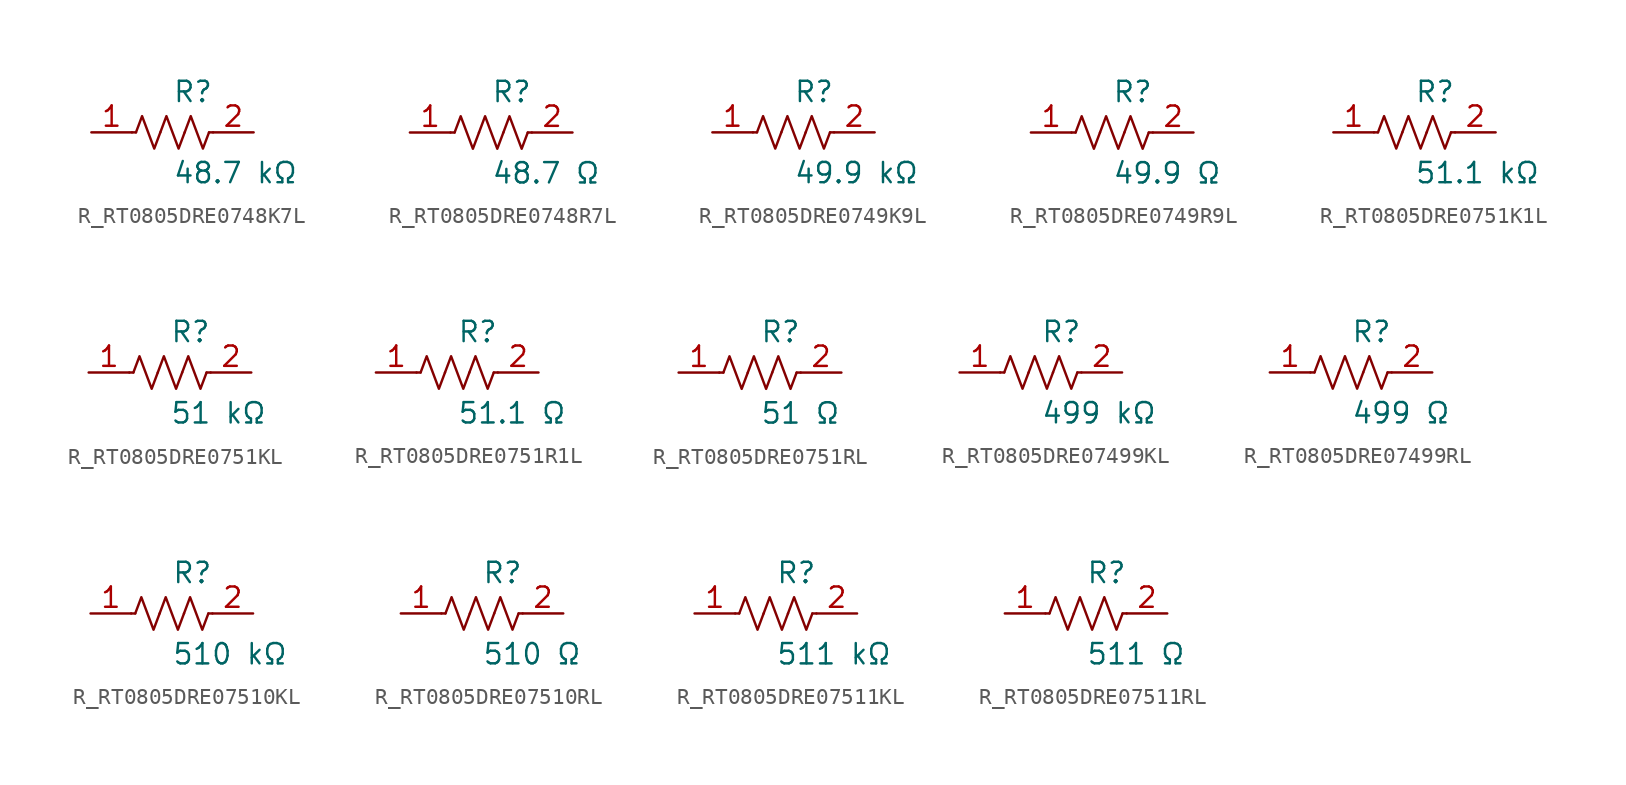
<source format=kicad_sym>
(kicad_symbol_lib
  (version 20231120)
  (generator kicad_symbol_editor)
  (generator_version 8.0)
  (symbol "R_RT0805DRE0748K7L"
    (pin_names
      (offset 0.254))
    (property "Reference" "R"
      (at 0 2.54 0)
      (effects (font (size 1.27 1.27)) (justify left)))
    (property "Value" "48.7 kΩ"
      (at 0 -2.54 0)
      (effects (font (size 1.27 1.27)) (justify left)))
    (symbol "R_RT0805DRE0748K7L_0_1"
      (polyline (pts (xy 2.286 0) (xy 2.54 0)) (stroke (width 0) (type default)) (fill (type none)))
      (polyline (pts (xy -2.286 0) (xy -2.54 0)) (stroke (width 0) (type default)) (fill (type none)))
      (polyline (pts (xy 0.762 0) (xy 1.143 1.016) (xy 1.524 0) (xy 1.905 -1.016) (xy 2.286 0)) (stroke (width 0) (type default)) (fill (type none)))
      (polyline (pts (xy -0.762 0) (xy -0.381 1.016) (xy 0 0) (xy 0.381 -1.016) (xy 0.762 0)) (stroke (width 0) (type default)) (fill (type none)))
      (polyline (pts (xy -2.286 0) (xy -1.905 1.016) (xy -1.524 0) (xy -1.143 -1.016) (xy -0.762 0)) (stroke (width 0) (type default)) (fill (type none))))
    (pin passive line
      (at -5.08 0 0)
      (length 2.54)
      (name "" (effects (font (size 1.27 1.27))))
      (number "1" (effects (font (size 1.27 1.27)))))
    (pin passive line
      (at 5.08 0 180)
      (length 2.54)
      (name "" (effects (font (size 1.27 1.27))))
      (number "2" (effects (font (size 1.27 1.27))))))
  (symbol "R_RT0805DRE0748R7L"
    (pin_names
      (offset 0.254))
    (property "Reference" "R"
      (at 0 2.54 0)
      (effects (font (size 1.27 1.27)) (justify left)))
    (property "Value" "48.7 Ω"
      (at 0 -2.54 0)
      (effects (font (size 1.27 1.27)) (justify left)))
    (symbol "R_RT0805DRE0748R7L_0_1"
      (polyline (pts (xy 2.286 0) (xy 2.54 0)) (stroke (width 0) (type default)) (fill (type none)))
      (polyline (pts (xy -2.286 0) (xy -2.54 0)) (stroke (width 0) (type default)) (fill (type none)))
      (polyline (pts (xy 0.762 0) (xy 1.143 1.016) (xy 1.524 0) (xy 1.905 -1.016) (xy 2.286 0)) (stroke (width 0) (type default)) (fill (type none)))
      (polyline (pts (xy -0.762 0) (xy -0.381 1.016) (xy 0 0) (xy 0.381 -1.016) (xy 0.762 0)) (stroke (width 0) (type default)) (fill (type none)))
      (polyline (pts (xy -2.286 0) (xy -1.905 1.016) (xy -1.524 0) (xy -1.143 -1.016) (xy -0.762 0)) (stroke (width 0) (type default)) (fill (type none))))
    (pin passive line
      (at -5.08 0 0)
      (length 2.54)
      (name "" (effects (font (size 1.27 1.27))))
      (number "1" (effects (font (size 1.27 1.27)))))
    (pin passive line
      (at 5.08 0 180)
      (length 2.54)
      (name "" (effects (font (size 1.27 1.27))))
      (number "2" (effects (font (size 1.27 1.27))))))
  (symbol "R_RT0805DRE0749K9L"
    (pin_names
      (offset 0.254))
    (property "Reference" "R"
      (at 0 2.54 0)
      (effects (font (size 1.27 1.27)) (justify left)))
    (property "Value" "49.9 kΩ"
      (at 0 -2.54 0)
      (effects (font (size 1.27 1.27)) (justify left)))
    (symbol "R_RT0805DRE0749K9L_0_1"
      (polyline (pts (xy 2.286 0) (xy 2.54 0)) (stroke (width 0) (type default)) (fill (type none)))
      (polyline (pts (xy -2.286 0) (xy -2.54 0)) (stroke (width 0) (type default)) (fill (type none)))
      (polyline (pts (xy 0.762 0) (xy 1.143 1.016) (xy 1.524 0) (xy 1.905 -1.016) (xy 2.286 0)) (stroke (width 0) (type default)) (fill (type none)))
      (polyline (pts (xy -0.762 0) (xy -0.381 1.016) (xy 0 0) (xy 0.381 -1.016) (xy 0.762 0)) (stroke (width 0) (type default)) (fill (type none)))
      (polyline (pts (xy -2.286 0) (xy -1.905 1.016) (xy -1.524 0) (xy -1.143 -1.016) (xy -0.762 0)) (stroke (width 0) (type default)) (fill (type none))))
    (pin passive line
      (at -5.08 0 0)
      (length 2.54)
      (name "" (effects (font (size 1.27 1.27))))
      (number "1" (effects (font (size 1.27 1.27)))))
    (pin passive line
      (at 5.08 0 180)
      (length 2.54)
      (name "" (effects (font (size 1.27 1.27))))
      (number "2" (effects (font (size 1.27 1.27))))))
  (symbol "R_RT0805DRE0749R9L"
    (pin_names
      (offset 0.254))
    (property "Reference" "R"
      (at 0 2.54 0)
      (effects (font (size 1.27 1.27)) (justify left)))
    (property "Value" "49.9 Ω"
      (at 0 -2.54 0)
      (effects (font (size 1.27 1.27)) (justify left)))
    (symbol "R_RT0805DRE0749R9L_0_1"
      (polyline (pts (xy 2.286 0) (xy 2.54 0)) (stroke (width 0) (type default)) (fill (type none)))
      (polyline (pts (xy -2.286 0) (xy -2.54 0)) (stroke (width 0) (type default)) (fill (type none)))
      (polyline (pts (xy 0.762 0) (xy 1.143 1.016) (xy 1.524 0) (xy 1.905 -1.016) (xy 2.286 0)) (stroke (width 0) (type default)) (fill (type none)))
      (polyline (pts (xy -0.762 0) (xy -0.381 1.016) (xy 0 0) (xy 0.381 -1.016) (xy 0.762 0)) (stroke (width 0) (type default)) (fill (type none)))
      (polyline (pts (xy -2.286 0) (xy -1.905 1.016) (xy -1.524 0) (xy -1.143 -1.016) (xy -0.762 0)) (stroke (width 0) (type default)) (fill (type none))))
    (pin passive line
      (at -5.08 0 0)
      (length 2.54)
      (name "" (effects (font (size 1.27 1.27))))
      (number "1" (effects (font (size 1.27 1.27)))))
    (pin passive line
      (at 5.08 0 180)
      (length 2.54)
      (name "" (effects (font (size 1.27 1.27))))
      (number "2" (effects (font (size 1.27 1.27))))))
  (symbol "R_RT0805DRE0751K1L"
    (pin_names
      (offset 0.254))
    (property "Reference" "R"
      (at 0 2.54 0)
      (effects (font (size 1.27 1.27)) (justify left)))
    (property "Value" "51.1 kΩ"
      (at 0 -2.54 0)
      (effects (font (size 1.27 1.27)) (justify left)))
    (symbol "R_RT0805DRE0751K1L_0_1"
      (polyline (pts (xy 2.286 0) (xy 2.54 0)) (stroke (width 0) (type default)) (fill (type none)))
      (polyline (pts (xy -2.286 0) (xy -2.54 0)) (stroke (width 0) (type default)) (fill (type none)))
      (polyline (pts (xy 0.762 0) (xy 1.143 1.016) (xy 1.524 0) (xy 1.905 -1.016) (xy 2.286 0)) (stroke (width 0) (type default)) (fill (type none)))
      (polyline (pts (xy -0.762 0) (xy -0.381 1.016) (xy 0 0) (xy 0.381 -1.016) (xy 0.762 0)) (stroke (width 0) (type default)) (fill (type none)))
      (polyline (pts (xy -2.286 0) (xy -1.905 1.016) (xy -1.524 0) (xy -1.143 -1.016) (xy -0.762 0)) (stroke (width 0) (type default)) (fill (type none))))
    (pin passive line
      (at -5.08 0 0)
      (length 2.54)
      (name "" (effects (font (size 1.27 1.27))))
      (number "1" (effects (font (size 1.27 1.27)))))
    (pin passive line
      (at 5.08 0 180)
      (length 2.54)
      (name "" (effects (font (size 1.27 1.27))))
      (number "2" (effects (font (size 1.27 1.27))))))
  (symbol "R_RT0805DRE0751KL"
    (pin_names
      (offset 0.254))
    (property "Reference" "R"
      (at 0 2.54 0)
      (effects (font (size 1.27 1.27)) (justify left)))
    (property "Value" "51 kΩ"
      (at 0 -2.54 0)
      (effects (font (size 1.27 1.27)) (justify left)))
    (symbol "R_RT0805DRE0751KL_0_1"
      (polyline (pts (xy 2.286 0) (xy 2.54 0)) (stroke (width 0) (type default)) (fill (type none)))
      (polyline (pts (xy -2.286 0) (xy -2.54 0)) (stroke (width 0) (type default)) (fill (type none)))
      (polyline (pts (xy 0.762 0) (xy 1.143 1.016) (xy 1.524 0) (xy 1.905 -1.016) (xy 2.286 0)) (stroke (width 0) (type default)) (fill (type none)))
      (polyline (pts (xy -0.762 0) (xy -0.381 1.016) (xy 0 0) (xy 0.381 -1.016) (xy 0.762 0)) (stroke (width 0) (type default)) (fill (type none)))
      (polyline (pts (xy -2.286 0) (xy -1.905 1.016) (xy -1.524 0) (xy -1.143 -1.016) (xy -0.762 0)) (stroke (width 0) (type default)) (fill (type none))))
    (pin passive line
      (at -5.08 0 0)
      (length 2.54)
      (name "" (effects (font (size 1.27 1.27))))
      (number "1" (effects (font (size 1.27 1.27)))))
    (pin passive line
      (at 5.08 0 180)
      (length 2.54)
      (name "" (effects (font (size 1.27 1.27))))
      (number "2" (effects (font (size 1.27 1.27))))))
  (symbol "R_RT0805DRE0751R1L"
    (pin_names
      (offset 0.254))
    (property "Reference" "R"
      (at 0 2.54 0)
      (effects (font (size 1.27 1.27)) (justify left)))
    (property "Value" "51.1 Ω"
      (at 0 -2.54 0)
      (effects (font (size 1.27 1.27)) (justify left)))
    (symbol "R_RT0805DRE0751R1L_0_1"
      (polyline (pts (xy 2.286 0) (xy 2.54 0)) (stroke (width 0) (type default)) (fill (type none)))
      (polyline (pts (xy -2.286 0) (xy -2.54 0)) (stroke (width 0) (type default)) (fill (type none)))
      (polyline (pts (xy 0.762 0) (xy 1.143 1.016) (xy 1.524 0) (xy 1.905 -1.016) (xy 2.286 0)) (stroke (width 0) (type default)) (fill (type none)))
      (polyline (pts (xy -0.762 0) (xy -0.381 1.016) (xy 0 0) (xy 0.381 -1.016) (xy 0.762 0)) (stroke (width 0) (type default)) (fill (type none)))
      (polyline (pts (xy -2.286 0) (xy -1.905 1.016) (xy -1.524 0) (xy -1.143 -1.016) (xy -0.762 0)) (stroke (width 0) (type default)) (fill (type none))))
    (pin passive line
      (at -5.08 0 0)
      (length 2.54)
      (name "" (effects (font (size 1.27 1.27))))
      (number "1" (effects (font (size 1.27 1.27)))))
    (pin passive line
      (at 5.08 0 180)
      (length 2.54)
      (name "" (effects (font (size 1.27 1.27))))
      (number "2" (effects (font (size 1.27 1.27))))))
  (symbol "R_RT0805DRE0751RL"
    (pin_names
      (offset 0.254))
    (property "Reference" "R"
      (at 0 2.54 0)
      (effects (font (size 1.27 1.27)) (justify left)))
    (property "Value" "51 Ω"
      (at 0 -2.54 0)
      (effects (font (size 1.27 1.27)) (justify left)))
    (symbol "R_RT0805DRE0751RL_0_1"
      (polyline (pts (xy 2.286 0) (xy 2.54 0)) (stroke (width 0) (type default)) (fill (type none)))
      (polyline (pts (xy -2.286 0) (xy -2.54 0)) (stroke (width 0) (type default)) (fill (type none)))
      (polyline (pts (xy 0.762 0) (xy 1.143 1.016) (xy 1.524 0) (xy 1.905 -1.016) (xy 2.286 0)) (stroke (width 0) (type default)) (fill (type none)))
      (polyline (pts (xy -0.762 0) (xy -0.381 1.016) (xy 0 0) (xy 0.381 -1.016) (xy 0.762 0)) (stroke (width 0) (type default)) (fill (type none)))
      (polyline (pts (xy -2.286 0) (xy -1.905 1.016) (xy -1.524 0) (xy -1.143 -1.016) (xy -0.762 0)) (stroke (width 0) (type default)) (fill (type none))))
    (pin passive line
      (at -5.08 0 0)
      (length 2.54)
      (name "" (effects (font (size 1.27 1.27))))
      (number "1" (effects (font (size 1.27 1.27)))))
    (pin passive line
      (at 5.08 0 180)
      (length 2.54)
      (name "" (effects (font (size 1.27 1.27))))
      (number "2" (effects (font (size 1.27 1.27))))))
  (symbol "R_RT0805DRE07499KL"
    (pin_names
      (offset 0.254))
    (property "Reference" "R"
      (at 0 2.54 0)
      (effects (font (size 1.27 1.27)) (justify left)))
    (property "Value" "499 kΩ"
      (at 0 -2.54 0)
      (effects (font (size 1.27 1.27)) (justify left)))
    (symbol "R_RT0805DRE07499KL_0_1"
      (polyline (pts (xy 2.286 0) (xy 2.54 0)) (stroke (width 0) (type default)) (fill (type none)))
      (polyline (pts (xy -2.286 0) (xy -2.54 0)) (stroke (width 0) (type default)) (fill (type none)))
      (polyline (pts (xy 0.762 0) (xy 1.143 1.016) (xy 1.524 0) (xy 1.905 -1.016) (xy 2.286 0)) (stroke (width 0) (type default)) (fill (type none)))
      (polyline (pts (xy -0.762 0) (xy -0.381 1.016) (xy 0 0) (xy 0.381 -1.016) (xy 0.762 0)) (stroke (width 0) (type default)) (fill (type none)))
      (polyline (pts (xy -2.286 0) (xy -1.905 1.016) (xy -1.524 0) (xy -1.143 -1.016) (xy -0.762 0)) (stroke (width 0) (type default)) (fill (type none))))
    (pin passive line
      (at -5.08 0 0)
      (length 2.54)
      (name "" (effects (font (size 1.27 1.27))))
      (number "1" (effects (font (size 1.27 1.27)))))
    (pin passive line
      (at 5.08 0 180)
      (length 2.54)
      (name "" (effects (font (size 1.27 1.27))))
      (number "2" (effects (font (size 1.27 1.27))))))
  (symbol "R_RT0805DRE07499RL"
    (pin_names
      (offset 0.254))
    (property "Reference" "R"
      (at 0 2.54 0)
      (effects (font (size 1.27 1.27)) (justify left)))
    (property "Value" "499 Ω"
      (at 0 -2.54 0)
      (effects (font (size 1.27 1.27)) (justify left)))
    (symbol "R_RT0805DRE07499RL_0_1"
      (polyline (pts (xy 2.286 0) (xy 2.54 0)) (stroke (width 0) (type default)) (fill (type none)))
      (polyline (pts (xy -2.286 0) (xy -2.54 0)) (stroke (width 0) (type default)) (fill (type none)))
      (polyline (pts (xy 0.762 0) (xy 1.143 1.016) (xy 1.524 0) (xy 1.905 -1.016) (xy 2.286 0)) (stroke (width 0) (type default)) (fill (type none)))
      (polyline (pts (xy -0.762 0) (xy -0.381 1.016) (xy 0 0) (xy 0.381 -1.016) (xy 0.762 0)) (stroke (width 0) (type default)) (fill (type none)))
      (polyline (pts (xy -2.286 0) (xy -1.905 1.016) (xy -1.524 0) (xy -1.143 -1.016) (xy -0.762 0)) (stroke (width 0) (type default)) (fill (type none))))
    (pin passive line
      (at -5.08 0 0)
      (length 2.54)
      (name "" (effects (font (size 1.27 1.27))))
      (number "1" (effects (font (size 1.27 1.27)))))
    (pin passive line
      (at 5.08 0 180)
      (length 2.54)
      (name "" (effects (font (size 1.27 1.27))))
      (number "2" (effects (font (size 1.27 1.27))))))
  (symbol "R_RT0805DRE07510KL"
    (pin_names
      (offset 0.254))
    (property "Reference" "R"
      (at 0 2.54 0)
      (effects (font (size 1.27 1.27)) (justify left)))
    (property "Value" "510 kΩ"
      (at 0 -2.54 0)
      (effects (font (size 1.27 1.27)) (justify left)))
    (symbol "R_RT0805DRE07510KL_0_1"
      (polyline (pts (xy 2.286 0) (xy 2.54 0)) (stroke (width 0) (type default)) (fill (type none)))
      (polyline (pts (xy -2.286 0) (xy -2.54 0)) (stroke (width 0) (type default)) (fill (type none)))
      (polyline (pts (xy 0.762 0) (xy 1.143 1.016) (xy 1.524 0) (xy 1.905 -1.016) (xy 2.286 0)) (stroke (width 0) (type default)) (fill (type none)))
      (polyline (pts (xy -0.762 0) (xy -0.381 1.016) (xy 0 0) (xy 0.381 -1.016) (xy 0.762 0)) (stroke (width 0) (type default)) (fill (type none)))
      (polyline (pts (xy -2.286 0) (xy -1.905 1.016) (xy -1.524 0) (xy -1.143 -1.016) (xy -0.762 0)) (stroke (width 0) (type default)) (fill (type none))))
    (pin passive line
      (at -5.08 0 0)
      (length 2.54)
      (name "" (effects (font (size 1.27 1.27))))
      (number "1" (effects (font (size 1.27 1.27)))))
    (pin passive line
      (at 5.08 0 180)
      (length 2.54)
      (name "" (effects (font (size 1.27 1.27))))
      (number "2" (effects (font (size 1.27 1.27))))))
  (symbol "R_RT0805DRE07510RL"
    (pin_names
      (offset 0.254))
    (property "Reference" "R"
      (at 0 2.54 0)
      (effects (font (size 1.27 1.27)) (justify left)))
    (property "Value" "510 Ω"
      (at 0 -2.54 0)
      (effects (font (size 1.27 1.27)) (justify left)))
    (symbol "R_RT0805DRE07510RL_0_1"
      (polyline (pts (xy 2.286 0) (xy 2.54 0)) (stroke (width 0) (type default)) (fill (type none)))
      (polyline (pts (xy -2.286 0) (xy -2.54 0)) (stroke (width 0) (type default)) (fill (type none)))
      (polyline (pts (xy 0.762 0) (xy 1.143 1.016) (xy 1.524 0) (xy 1.905 -1.016) (xy 2.286 0)) (stroke (width 0) (type default)) (fill (type none)))
      (polyline (pts (xy -0.762 0) (xy -0.381 1.016) (xy 0 0) (xy 0.381 -1.016) (xy 0.762 0)) (stroke (width 0) (type default)) (fill (type none)))
      (polyline (pts (xy -2.286 0) (xy -1.905 1.016) (xy -1.524 0) (xy -1.143 -1.016) (xy -0.762 0)) (stroke (width 0) (type default)) (fill (type none))))
    (pin passive line
      (at -5.08 0 0)
      (length 2.54)
      (name "" (effects (font (size 1.27 1.27))))
      (number "1" (effects (font (size 1.27 1.27)))))
    (pin passive line
      (at 5.08 0 180)
      (length 2.54)
      (name "" (effects (font (size 1.27 1.27))))
      (number "2" (effects (font (size 1.27 1.27))))))
  (symbol "R_RT0805DRE07511KL"
    (pin_names
      (offset 0.254))
    (property "Reference" "R"
      (at 0 2.54 0)
      (effects (font (size 1.27 1.27)) (justify left)))
    (property "Value" "511 kΩ"
      (at 0 -2.54 0)
      (effects (font (size 1.27 1.27)) (justify left)))
    (symbol "R_RT0805DRE07511KL_0_1"
      (polyline (pts (xy 2.286 0) (xy 2.54 0)) (stroke (width 0) (type default)) (fill (type none)))
      (polyline (pts (xy -2.286 0) (xy -2.54 0)) (stroke (width 0) (type default)) (fill (type none)))
      (polyline (pts (xy 0.762 0) (xy 1.143 1.016) (xy 1.524 0) (xy 1.905 -1.016) (xy 2.286 0)) (stroke (width 0) (type default)) (fill (type none)))
      (polyline (pts (xy -0.762 0) (xy -0.381 1.016) (xy 0 0) (xy 0.381 -1.016) (xy 0.762 0)) (stroke (width 0) (type default)) (fill (type none)))
      (polyline (pts (xy -2.286 0) (xy -1.905 1.016) (xy -1.524 0) (xy -1.143 -1.016) (xy -0.762 0)) (stroke (width 0) (type default)) (fill (type none))))
    (pin passive line
      (at -5.08 0 0)
      (length 2.54)
      (name "" (effects (font (size 1.27 1.27))))
      (number "1" (effects (font (size 1.27 1.27)))))
    (pin passive line
      (at 5.08 0 180)
      (length 2.54)
      (name "" (effects (font (size 1.27 1.27))))
      (number "2" (effects (font (size 1.27 1.27))))))
  (symbol "R_RT0805DRE07511RL"
    (pin_names
      (offset 0.254))
    (property "Reference" "R"
      (at 0 2.54 0)
      (effects (font (size 1.27 1.27)) (justify left)))
    (property "Value" "511 Ω"
      (at 0 -2.54 0)
      (effects (font (size 1.27 1.27)) (justify left)))
    (symbol "R_RT0805DRE07511RL_0_1"
      (polyline (pts (xy 2.286 0) (xy 2.54 0)) (stroke (width 0) (type default)) (fill (type none)))
      (polyline (pts (xy -2.286 0) (xy -2.54 0)) (stroke (width 0) (type default)) (fill (type none)))
      (polyline (pts (xy 0.762 0) (xy 1.143 1.016) (xy 1.524 0) (xy 1.905 -1.016) (xy 2.286 0)) (stroke (width 0) (type default)) (fill (type none)))
      (polyline (pts (xy -0.762 0) (xy -0.381 1.016) (xy 0 0) (xy 0.381 -1.016) (xy 0.762 0)) (stroke (width 0) (type default)) (fill (type none)))
      (polyline (pts (xy -2.286 0) (xy -1.905 1.016) (xy -1.524 0) (xy -1.143 -1.016) (xy -0.762 0)) (stroke (width 0) (type default)) (fill (type none))))
    (pin passive line
      (at -5.08 0 0)
      (length 2.54)
      (name "" (effects (font (size 1.27 1.27))))
      (number "1" (effects (font (size 1.27 1.27)))))
    (pin passive line
      (at 5.08 0 180)
      (length 2.54)
      (name "" (effects (font (size 1.27 1.27))))
      (number "2" (effects (font (size 1.27 1.27)))))))
</source>
